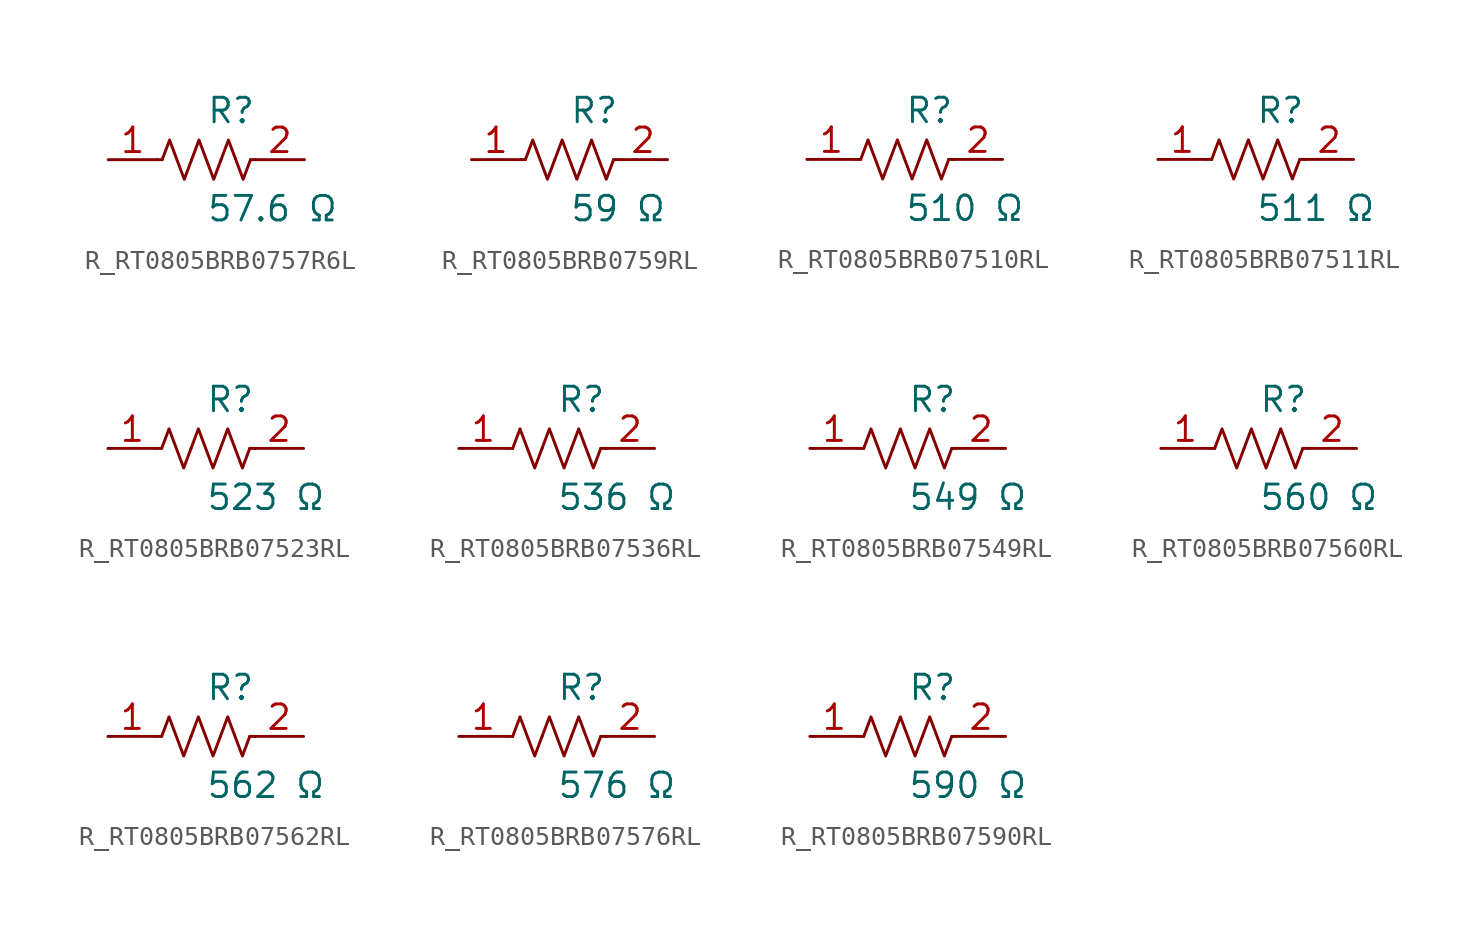
<source format=kicad_sym>
(kicad_symbol_lib
  (version 20231120)
  (generator kicad_symbol_editor)
  (generator_version 8.0)
  (symbol "R_RT0805BRB0757R6L"
    (pin_names
      (offset 0.254))
    (property "Reference" "R"
      (at 0.0 2.54 0)
      (effects (font (size 1.27 1.27)) (justify left)))
    (property "Value" "57.6 Ω"
      (at 0.0 -2.54 0)
      (effects (font (size 1.27 1.27)) (justify left)))
    (symbol "R_RT0805BRB0757R6L_0_1"
      (polyline (pts (xy 2.286 0) (xy 2.54 0)) (stroke (width 0) (type default)) (fill (type none)))
      (polyline (pts (xy -2.286 0) (xy -2.54 0)) (stroke (width 0) (type default)) (fill (type none)))
      (polyline (pts (xy 0.762 0) (xy 1.143 1.016) (xy 1.524 0) (xy 1.905 -1.016) (xy 2.286 0)) (stroke (width 0) (type default)) (fill (type none)))
      (polyline (pts (xy -0.762 0) (xy -0.381 1.016) (xy 0 0) (xy 0.381 -1.016) (xy 0.762 0)) (stroke (width 0) (type default)) (fill (type none)))
      (polyline (pts (xy -2.286 0) (xy -1.905 1.016) (xy -1.524 0) (xy -1.143 -1.016) (xy -0.762 0)) (stroke (width 0) (type default)) (fill (type none))))
    (pin unspecified line
      (at -5.08 0 0)
      (length 2.54)
      (name "" (effects (font (size 1.27 1.27))))
      (number "1" (effects (font (size 1.27 1.27)))))
    (pin unspecified line
      (at 5.08 0 180)
      (length 2.54)
      (name "" (effects (font (size 1.27 1.27))))
      (number "2" (effects (font (size 1.27 1.27))))))
  (symbol "R_RT0805BRB0759RL"
    (pin_names
      (offset 0.254))
    (property "Reference" "R"
      (at 0.0 2.54 0)
      (effects (font (size 1.27 1.27)) (justify left)))
    (property "Value" "59 Ω"
      (at 0.0 -2.54 0)
      (effects (font (size 1.27 1.27)) (justify left)))
    (symbol "R_RT0805BRB0759RL_0_1"
      (polyline (pts (xy 2.286 0) (xy 2.54 0)) (stroke (width 0) (type default)) (fill (type none)))
      (polyline (pts (xy -2.286 0) (xy -2.54 0)) (stroke (width 0) (type default)) (fill (type none)))
      (polyline (pts (xy 0.762 0) (xy 1.143 1.016) (xy 1.524 0) (xy 1.905 -1.016) (xy 2.286 0)) (stroke (width 0) (type default)) (fill (type none)))
      (polyline (pts (xy -0.762 0) (xy -0.381 1.016) (xy 0 0) (xy 0.381 -1.016) (xy 0.762 0)) (stroke (width 0) (type default)) (fill (type none)))
      (polyline (pts (xy -2.286 0) (xy -1.905 1.016) (xy -1.524 0) (xy -1.143 -1.016) (xy -0.762 0)) (stroke (width 0) (type default)) (fill (type none))))
    (pin unspecified line
      (at -5.08 0 0)
      (length 2.54)
      (name "" (effects (font (size 1.27 1.27))))
      (number "1" (effects (font (size 1.27 1.27)))))
    (pin unspecified line
      (at 5.08 0 180)
      (length 2.54)
      (name "" (effects (font (size 1.27 1.27))))
      (number "2" (effects (font (size 1.27 1.27))))))
  (symbol "R_RT0805BRB07510RL"
    (pin_names
      (offset 0.254))
    (property "Reference" "R"
      (at 0.0 2.54 0)
      (effects (font (size 1.27 1.27)) (justify left)))
    (property "Value" "510 Ω"
      (at 0.0 -2.54 0)
      (effects (font (size 1.27 1.27)) (justify left)))
    (symbol "R_RT0805BRB07510RL_0_1"
      (polyline (pts (xy 2.286 0) (xy 2.54 0)) (stroke (width 0) (type default)) (fill (type none)))
      (polyline (pts (xy -2.286 0) (xy -2.54 0)) (stroke (width 0) (type default)) (fill (type none)))
      (polyline (pts (xy 0.762 0) (xy 1.143 1.016) (xy 1.524 0) (xy 1.905 -1.016) (xy 2.286 0)) (stroke (width 0) (type default)) (fill (type none)))
      (polyline (pts (xy -0.762 0) (xy -0.381 1.016) (xy 0 0) (xy 0.381 -1.016) (xy 0.762 0)) (stroke (width 0) (type default)) (fill (type none)))
      (polyline (pts (xy -2.286 0) (xy -1.905 1.016) (xy -1.524 0) (xy -1.143 -1.016) (xy -0.762 0)) (stroke (width 0) (type default)) (fill (type none))))
    (pin unspecified line
      (at -5.08 0 0)
      (length 2.54)
      (name "" (effects (font (size 1.27 1.27))))
      (number "1" (effects (font (size 1.27 1.27)))))
    (pin unspecified line
      (at 5.08 0 180)
      (length 2.54)
      (name "" (effects (font (size 1.27 1.27))))
      (number "2" (effects (font (size 1.27 1.27))))))
  (symbol "R_RT0805BRB07511RL"
    (pin_names
      (offset 0.254))
    (property "Reference" "R"
      (at 0.0 2.54 0)
      (effects (font (size 1.27 1.27)) (justify left)))
    (property "Value" "511 Ω"
      (at 0.0 -2.54 0)
      (effects (font (size 1.27 1.27)) (justify left)))
    (symbol "R_RT0805BRB07511RL_0_1"
      (polyline (pts (xy 2.286 0) (xy 2.54 0)) (stroke (width 0) (type default)) (fill (type none)))
      (polyline (pts (xy -2.286 0) (xy -2.54 0)) (stroke (width 0) (type default)) (fill (type none)))
      (polyline (pts (xy 0.762 0) (xy 1.143 1.016) (xy 1.524 0) (xy 1.905 -1.016) (xy 2.286 0)) (stroke (width 0) (type default)) (fill (type none)))
      (polyline (pts (xy -0.762 0) (xy -0.381 1.016) (xy 0 0) (xy 0.381 -1.016) (xy 0.762 0)) (stroke (width 0) (type default)) (fill (type none)))
      (polyline (pts (xy -2.286 0) (xy -1.905 1.016) (xy -1.524 0) (xy -1.143 -1.016) (xy -0.762 0)) (stroke (width 0) (type default)) (fill (type none))))
    (pin unspecified line
      (at -5.08 0 0)
      (length 2.54)
      (name "" (effects (font (size 1.27 1.27))))
      (number "1" (effects (font (size 1.27 1.27)))))
    (pin unspecified line
      (at 5.08 0 180)
      (length 2.54)
      (name "" (effects (font (size 1.27 1.27))))
      (number "2" (effects (font (size 1.27 1.27))))))
  (symbol "R_RT0805BRB07523RL"
    (pin_names
      (offset 0.254))
    (property "Reference" "R"
      (at 0.0 2.54 0)
      (effects (font (size 1.27 1.27)) (justify left)))
    (property "Value" "523 Ω"
      (at 0.0 -2.54 0)
      (effects (font (size 1.27 1.27)) (justify left)))
    (symbol "R_RT0805BRB07523RL_0_1"
      (polyline (pts (xy 2.286 0) (xy 2.54 0)) (stroke (width 0) (type default)) (fill (type none)))
      (polyline (pts (xy -2.286 0) (xy -2.54 0)) (stroke (width 0) (type default)) (fill (type none)))
      (polyline (pts (xy 0.762 0) (xy 1.143 1.016) (xy 1.524 0) (xy 1.905 -1.016) (xy 2.286 0)) (stroke (width 0) (type default)) (fill (type none)))
      (polyline (pts (xy -0.762 0) (xy -0.381 1.016) (xy 0 0) (xy 0.381 -1.016) (xy 0.762 0)) (stroke (width 0) (type default)) (fill (type none)))
      (polyline (pts (xy -2.286 0) (xy -1.905 1.016) (xy -1.524 0) (xy -1.143 -1.016) (xy -0.762 0)) (stroke (width 0) (type default)) (fill (type none))))
    (pin unspecified line
      (at -5.08 0 0)
      (length 2.54)
      (name "" (effects (font (size 1.27 1.27))))
      (number "1" (effects (font (size 1.27 1.27)))))
    (pin unspecified line
      (at 5.08 0 180)
      (length 2.54)
      (name "" (effects (font (size 1.27 1.27))))
      (number "2" (effects (font (size 1.27 1.27))))))
  (symbol "R_RT0805BRB07536RL"
    (pin_names
      (offset 0.254))
    (property "Reference" "R"
      (at 0.0 2.54 0)
      (effects (font (size 1.27 1.27)) (justify left)))
    (property "Value" "536 Ω"
      (at 0.0 -2.54 0)
      (effects (font (size 1.27 1.27)) (justify left)))
    (symbol "R_RT0805BRB07536RL_0_1"
      (polyline (pts (xy 2.286 0) (xy 2.54 0)) (stroke (width 0) (type default)) (fill (type none)))
      (polyline (pts (xy -2.286 0) (xy -2.54 0)) (stroke (width 0) (type default)) (fill (type none)))
      (polyline (pts (xy 0.762 0) (xy 1.143 1.016) (xy 1.524 0) (xy 1.905 -1.016) (xy 2.286 0)) (stroke (width 0) (type default)) (fill (type none)))
      (polyline (pts (xy -0.762 0) (xy -0.381 1.016) (xy 0 0) (xy 0.381 -1.016) (xy 0.762 0)) (stroke (width 0) (type default)) (fill (type none)))
      (polyline (pts (xy -2.286 0) (xy -1.905 1.016) (xy -1.524 0) (xy -1.143 -1.016) (xy -0.762 0)) (stroke (width 0) (type default)) (fill (type none))))
    (pin unspecified line
      (at -5.08 0 0)
      (length 2.54)
      (name "" (effects (font (size 1.27 1.27))))
      (number "1" (effects (font (size 1.27 1.27)))))
    (pin unspecified line
      (at 5.08 0 180)
      (length 2.54)
      (name "" (effects (font (size 1.27 1.27))))
      (number "2" (effects (font (size 1.27 1.27))))))
  (symbol "R_RT0805BRB07549RL"
    (pin_names
      (offset 0.254))
    (property "Reference" "R"
      (at 0.0 2.54 0)
      (effects (font (size 1.27 1.27)) (justify left)))
    (property "Value" "549 Ω"
      (at 0.0 -2.54 0)
      (effects (font (size 1.27 1.27)) (justify left)))
    (symbol "R_RT0805BRB07549RL_0_1"
      (polyline (pts (xy 2.286 0) (xy 2.54 0)) (stroke (width 0) (type default)) (fill (type none)))
      (polyline (pts (xy -2.286 0) (xy -2.54 0)) (stroke (width 0) (type default)) (fill (type none)))
      (polyline (pts (xy 0.762 0) (xy 1.143 1.016) (xy 1.524 0) (xy 1.905 -1.016) (xy 2.286 0)) (stroke (width 0) (type default)) (fill (type none)))
      (polyline (pts (xy -0.762 0) (xy -0.381 1.016) (xy 0 0) (xy 0.381 -1.016) (xy 0.762 0)) (stroke (width 0) (type default)) (fill (type none)))
      (polyline (pts (xy -2.286 0) (xy -1.905 1.016) (xy -1.524 0) (xy -1.143 -1.016) (xy -0.762 0)) (stroke (width 0) (type default)) (fill (type none))))
    (pin unspecified line
      (at -5.08 0 0)
      (length 2.54)
      (name "" (effects (font (size 1.27 1.27))))
      (number "1" (effects (font (size 1.27 1.27)))))
    (pin unspecified line
      (at 5.08 0 180)
      (length 2.54)
      (name "" (effects (font (size 1.27 1.27))))
      (number "2" (effects (font (size 1.27 1.27))))))
  (symbol "R_RT0805BRB07560RL"
    (pin_names
      (offset 0.254))
    (property "Reference" "R"
      (at 0.0 2.54 0)
      (effects (font (size 1.27 1.27)) (justify left)))
    (property "Value" "560 Ω"
      (at 0.0 -2.54 0)
      (effects (font (size 1.27 1.27)) (justify left)))
    (symbol "R_RT0805BRB07560RL_0_1"
      (polyline (pts (xy 2.286 0) (xy 2.54 0)) (stroke (width 0) (type default)) (fill (type none)))
      (polyline (pts (xy -2.286 0) (xy -2.54 0)) (stroke (width 0) (type default)) (fill (type none)))
      (polyline (pts (xy 0.762 0) (xy 1.143 1.016) (xy 1.524 0) (xy 1.905 -1.016) (xy 2.286 0)) (stroke (width 0) (type default)) (fill (type none)))
      (polyline (pts (xy -0.762 0) (xy -0.381 1.016) (xy 0 0) (xy 0.381 -1.016) (xy 0.762 0)) (stroke (width 0) (type default)) (fill (type none)))
      (polyline (pts (xy -2.286 0) (xy -1.905 1.016) (xy -1.524 0) (xy -1.143 -1.016) (xy -0.762 0)) (stroke (width 0) (type default)) (fill (type none))))
    (pin unspecified line
      (at -5.08 0 0)
      (length 2.54)
      (name "" (effects (font (size 1.27 1.27))))
      (number "1" (effects (font (size 1.27 1.27)))))
    (pin unspecified line
      (at 5.08 0 180)
      (length 2.54)
      (name "" (effects (font (size 1.27 1.27))))
      (number "2" (effects (font (size 1.27 1.27))))))
  (symbol "R_RT0805BRB07562RL"
    (pin_names
      (offset 0.254))
    (property "Reference" "R"
      (at 0.0 2.54 0)
      (effects (font (size 1.27 1.27)) (justify left)))
    (property "Value" "562 Ω"
      (at 0.0 -2.54 0)
      (effects (font (size 1.27 1.27)) (justify left)))
    (symbol "R_RT0805BRB07562RL_0_1"
      (polyline (pts (xy 2.286 0) (xy 2.54 0)) (stroke (width 0) (type default)) (fill (type none)))
      (polyline (pts (xy -2.286 0) (xy -2.54 0)) (stroke (width 0) (type default)) (fill (type none)))
      (polyline (pts (xy 0.762 0) (xy 1.143 1.016) (xy 1.524 0) (xy 1.905 -1.016) (xy 2.286 0)) (stroke (width 0) (type default)) (fill (type none)))
      (polyline (pts (xy -0.762 0) (xy -0.381 1.016) (xy 0 0) (xy 0.381 -1.016) (xy 0.762 0)) (stroke (width 0) (type default)) (fill (type none)))
      (polyline (pts (xy -2.286 0) (xy -1.905 1.016) (xy -1.524 0) (xy -1.143 -1.016) (xy -0.762 0)) (stroke (width 0) (type default)) (fill (type none))))
    (pin unspecified line
      (at -5.08 0 0)
      (length 2.54)
      (name "" (effects (font (size 1.27 1.27))))
      (number "1" (effects (font (size 1.27 1.27)))))
    (pin unspecified line
      (at 5.08 0 180)
      (length 2.54)
      (name "" (effects (font (size 1.27 1.27))))
      (number "2" (effects (font (size 1.27 1.27))))))
  (symbol "R_RT0805BRB07576RL"
    (pin_names
      (offset 0.254))
    (property "Reference" "R"
      (at 0.0 2.54 0)
      (effects (font (size 1.27 1.27)) (justify left)))
    (property "Value" "576 Ω"
      (at 0.0 -2.54 0)
      (effects (font (size 1.27 1.27)) (justify left)))
    (symbol "R_RT0805BRB07576RL_0_1"
      (polyline (pts (xy 2.286 0) (xy 2.54 0)) (stroke (width 0) (type default)) (fill (type none)))
      (polyline (pts (xy -2.286 0) (xy -2.54 0)) (stroke (width 0) (type default)) (fill (type none)))
      (polyline (pts (xy 0.762 0) (xy 1.143 1.016) (xy 1.524 0) (xy 1.905 -1.016) (xy 2.286 0)) (stroke (width 0) (type default)) (fill (type none)))
      (polyline (pts (xy -0.762 0) (xy -0.381 1.016) (xy 0 0) (xy 0.381 -1.016) (xy 0.762 0)) (stroke (width 0) (type default)) (fill (type none)))
      (polyline (pts (xy -2.286 0) (xy -1.905 1.016) (xy -1.524 0) (xy -1.143 -1.016) (xy -0.762 0)) (stroke (width 0) (type default)) (fill (type none))))
    (pin unspecified line
      (at -5.08 0 0)
      (length 2.54)
      (name "" (effects (font (size 1.27 1.27))))
      (number "1" (effects (font (size 1.27 1.27)))))
    (pin unspecified line
      (at 5.08 0 180)
      (length 2.54)
      (name "" (effects (font (size 1.27 1.27))))
      (number "2" (effects (font (size 1.27 1.27))))))
  (symbol "R_RT0805BRB07590RL"
    (pin_names
      (offset 0.254))
    (property "Reference" "R"
      (at 0.0 2.54 0)
      (effects (font (size 1.27 1.27)) (justify left)))
    (property "Value" "590 Ω"
      (at 0.0 -2.54 0)
      (effects (font (size 1.27 1.27)) (justify left)))
    (symbol "R_RT0805BRB07590RL_0_1"
      (polyline (pts (xy 2.286 0) (xy 2.54 0)) (stroke (width 0) (type default)) (fill (type none)))
      (polyline (pts (xy -2.286 0) (xy -2.54 0)) (stroke (width 0) (type default)) (fill (type none)))
      (polyline (pts (xy 0.762 0) (xy 1.143 1.016) (xy 1.524 0) (xy 1.905 -1.016) (xy 2.286 0)) (stroke (width 0) (type default)) (fill (type none)))
      (polyline (pts (xy -0.762 0) (xy -0.381 1.016) (xy 0 0) (xy 0.381 -1.016) (xy 0.762 0)) (stroke (width 0) (type default)) (fill (type none)))
      (polyline (pts (xy -2.286 0) (xy -1.905 1.016) (xy -1.524 0) (xy -1.143 -1.016) (xy -0.762 0)) (stroke (width 0) (type default)) (fill (type none))))
    (pin unspecified line
      (at -5.08 0 0)
      (length 2.54)
      (name "" (effects (font (size 1.27 1.27))))
      (number "1" (effects (font (size 1.27 1.27)))))
    (pin unspecified line
      (at 5.08 0 180)
      (length 2.54)
      (name "" (effects (font (size 1.27 1.27))))
      (number "2" (effects (font (size 1.27 1.27)))))))
</source>
